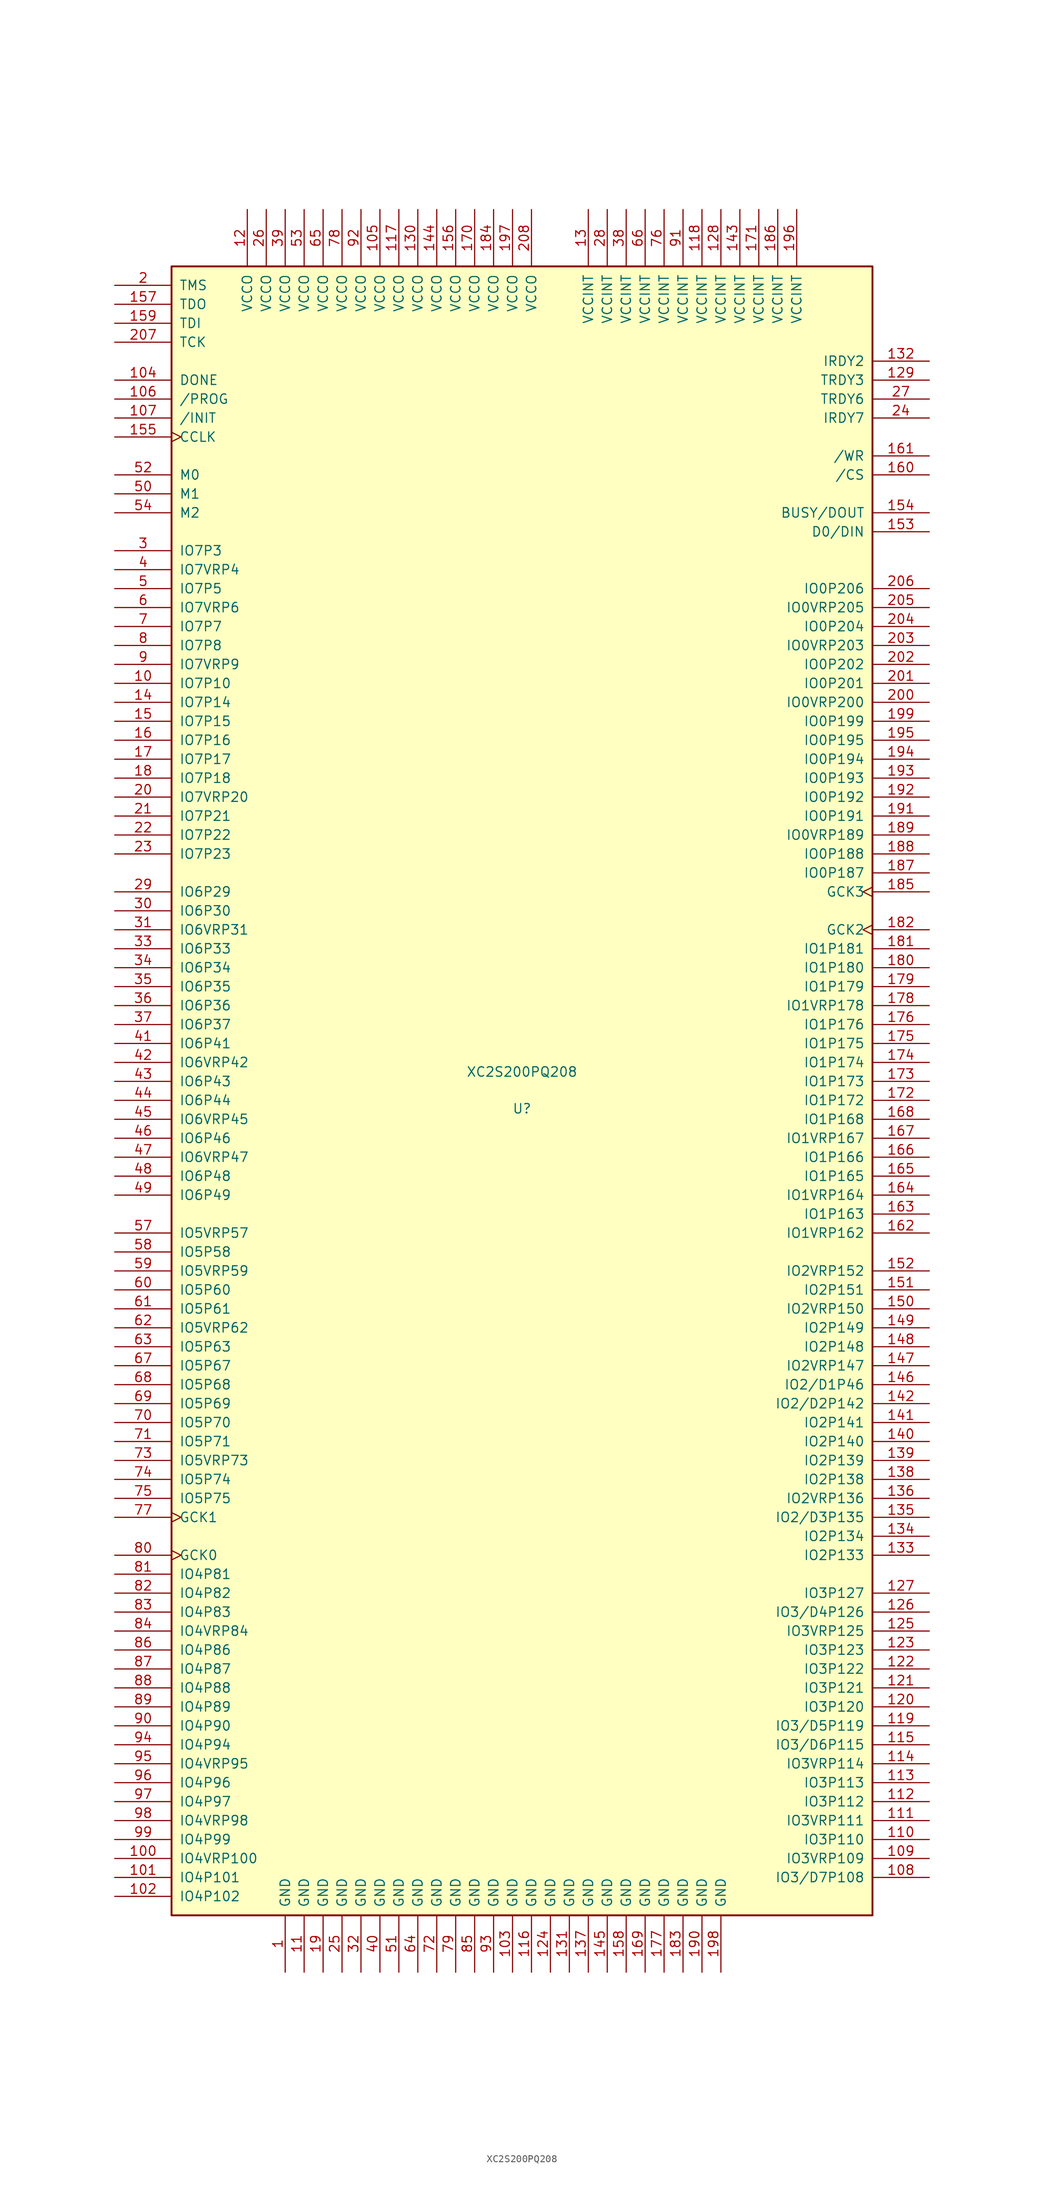
<source format=kicad_sym>
(kicad_symbol_lib
  (version 20201005)
  (generator kicad_symbol_editor)
  (symbol "XC2S200PQ208"
    (pin_names
      (offset 1.016))
    (property "Reference" "U"
      (at 0 -2.388 0)
      (effects (font (size 1.27 1.27))))
    (property "Value" "XC2S200PQ208"
      (at 0 2.54 0)
      (effects (font (size 1.27 1.27))))
    (symbol "XC2S200PQ208_0_1"
      (rectangle (start -46.99 110.49) (end 46.99 -110.49) (stroke (width 0.254)) (fill (type background))))
    (symbol "XC2S200PQ208_1_1"
      (pin passive line (at -31.75 -118.11 90) (length 7.62) (name "GND" (effects (font (size 1.27 1.27)))) (number "1" (effects (font (size 1.27 1.27)))))
      (pin bidirectional line (at -54.61 54.61 0) (length 7.62) (name "IO7P10" (effects (font (size 1.27 1.27)))) (number "10" (effects (font (size 1.27 1.27)))))
      (pin bidirectional line (at -54.61 -102.87 0) (length 7.62) (name "IO4VRP100" (effects (font (size 1.27 1.27)))) (number "100" (effects (font (size 1.27 1.27)))))
      (pin bidirectional line (at -54.61 -105.41 0) (length 7.62) (name "IO4P101" (effects (font (size 1.27 1.27)))) (number "101" (effects (font (size 1.27 1.27)))))
      (pin bidirectional line (at -54.61 -107.95 0) (length 7.62) (name "IO4P102" (effects (font (size 1.27 1.27)))) (number "102" (effects (font (size 1.27 1.27)))))
      (pin passive line (at -1.27 -118.11 90) (length 7.62) (name "GND" (effects (font (size 1.27 1.27)))) (number "103" (effects (font (size 1.27 1.27)))))
      (pin bidirectional line (at -54.61 95.25 0) (length 7.62) (name "DONE" (effects (font (size 1.27 1.27)))) (number "104" (effects (font (size 1.27 1.27)))))
      (pin passive line (at -19.05 118.11 270) (length 7.62) (name "VCCO" (effects (font (size 1.27 1.27)))) (number "105" (effects (font (size 1.27 1.27)))))
      (pin input line (at -54.61 92.71 0) (length 7.62) (name "/PROG" (effects (font (size 1.27 1.27)))) (number "106" (effects (font (size 1.27 1.27)))))
      (pin bidirectional line (at -54.61 90.17 0) (length 7.62) (name "/INIT" (effects (font (size 1.27 1.27)))) (number "107" (effects (font (size 1.27 1.27)))))
      (pin bidirectional line (at 54.61 -105.41 180) (length 7.62) (name "IO3/D7P108" (effects (font (size 1.27 1.27)))) (number "108" (effects (font (size 1.27 1.27)))))
      (pin bidirectional line (at 54.61 -102.87 180) (length 7.62) (name "IO3VRP109" (effects (font (size 1.27 1.27)))) (number "109" (effects (font (size 1.27 1.27)))))
      (pin passive line (at -29.21 -118.11 90) (length 7.62) (name "GND" (effects (font (size 1.27 1.27)))) (number "11" (effects (font (size 1.27 1.27)))))
      (pin bidirectional line (at 54.61 -100.33 180) (length 7.62) (name "IO3P110" (effects (font (size 1.27 1.27)))) (number "110" (effects (font (size 1.27 1.27)))))
      (pin bidirectional line (at 54.61 -97.79 180) (length 7.62) (name "IO3VRP111" (effects (font (size 1.27 1.27)))) (number "111" (effects (font (size 1.27 1.27)))))
      (pin bidirectional line (at 54.61 -95.25 180) (length 7.62) (name "IO3P112" (effects (font (size 1.27 1.27)))) (number "112" (effects (font (size 1.27 1.27)))))
      (pin bidirectional line (at 54.61 -92.71 180) (length 7.62) (name "IO3P113" (effects (font (size 1.27 1.27)))) (number "113" (effects (font (size 1.27 1.27)))))
      (pin bidirectional line (at 54.61 -90.17 180) (length 7.62) (name "IO3VRP114" (effects (font (size 1.27 1.27)))) (number "114" (effects (font (size 1.27 1.27)))))
      (pin bidirectional line (at 54.61 -87.63 180) (length 7.62) (name "IO3/D6P115" (effects (font (size 1.27 1.27)))) (number "115" (effects (font (size 1.27 1.27)))))
      (pin passive line (at 1.27 -118.11 90) (length 7.62) (name "GND" (effects (font (size 1.27 1.27)))) (number "116" (effects (font (size 1.27 1.27)))))
      (pin passive line (at -16.51 118.11 270) (length 7.62) (name "VCCO" (effects (font (size 1.27 1.27)))) (number "117" (effects (font (size 1.27 1.27)))))
      (pin passive line (at 24.13 118.11 270) (length 7.62) (name "VCCINT" (effects (font (size 1.27 1.27)))) (number "118" (effects (font (size 1.27 1.27)))))
      (pin bidirectional line (at 54.61 -85.09 180) (length 7.62) (name "IO3/D5P119" (effects (font (size 1.27 1.27)))) (number "119" (effects (font (size 1.27 1.27)))))
      (pin passive line (at -36.83 118.11 270) (length 7.62) (name "VCCO" (effects (font (size 1.27 1.27)))) (number "12" (effects (font (size 1.27 1.27)))))
      (pin bidirectional line (at 54.61 -82.55 180) (length 7.62) (name "IO3P120" (effects (font (size 1.27 1.27)))) (number "120" (effects (font (size 1.27 1.27)))))
      (pin bidirectional line (at 54.61 -80.01 180) (length 7.62) (name "IO3P121" (effects (font (size 1.27 1.27)))) (number "121" (effects (font (size 1.27 1.27)))))
      (pin bidirectional line (at 54.61 -77.47 180) (length 7.62) (name "IO3P122" (effects (font (size 1.27 1.27)))) (number "122" (effects (font (size 1.27 1.27)))))
      (pin bidirectional line (at 54.61 -74.93 180) (length 7.62) (name "IO3P123" (effects (font (size 1.27 1.27)))) (number "123" (effects (font (size 1.27 1.27)))))
      (pin passive line (at 3.81 -118.11 90) (length 7.62) (name "GND" (effects (font (size 1.27 1.27)))) (number "124" (effects (font (size 1.27 1.27)))))
      (pin bidirectional line (at 54.61 -72.39 180) (length 7.62) (name "IO3VRP125" (effects (font (size 1.27 1.27)))) (number "125" (effects (font (size 1.27 1.27)))))
      (pin bidirectional line (at 54.61 -69.85 180) (length 7.62) (name "IO3/D4P126" (effects (font (size 1.27 1.27)))) (number "126" (effects (font (size 1.27 1.27)))))
      (pin bidirectional line (at 54.61 -67.31 180) (length 7.62) (name "IO3P127" (effects (font (size 1.27 1.27)))) (number "127" (effects (font (size 1.27 1.27)))))
      (pin passive line (at 26.67 118.11 270) (length 7.62) (name "VCCINT" (effects (font (size 1.27 1.27)))) (number "128" (effects (font (size 1.27 1.27)))))
      (pin bidirectional line (at 54.61 95.25 180) (length 7.62) (name "TRDY3" (effects (font (size 1.27 1.27)))) (number "129" (effects (font (size 1.27 1.27)))))
      (pin passive line (at 8.89 118.11 270) (length 7.62) (name "VCCINT" (effects (font (size 1.27 1.27)))) (number "13" (effects (font (size 1.27 1.27)))))
      (pin passive line (at -13.97 118.11 270) (length 7.62) (name "VCCO" (effects (font (size 1.27 1.27)))) (number "130" (effects (font (size 1.27 1.27)))))
      (pin passive line (at 6.35 -118.11 90) (length 7.62) (name "GND" (effects (font (size 1.27 1.27)))) (number "131" (effects (font (size 1.27 1.27)))))
      (pin bidirectional line (at 54.61 97.79 180) (length 7.62) (name "IRDY2" (effects (font (size 1.27 1.27)))) (number "132" (effects (font (size 1.27 1.27)))))
      (pin bidirectional line (at 54.61 -62.23 180) (length 7.62) (name "IO2P133" (effects (font (size 1.27 1.27)))) (number "133" (effects (font (size 1.27 1.27)))))
      (pin bidirectional line (at 54.61 -59.69 180) (length 7.62) (name "IO2P134" (effects (font (size 1.27 1.27)))) (number "134" (effects (font (size 1.27 1.27)))))
      (pin bidirectional line (at 54.61 -57.15 180) (length 7.62) (name "IO2/D3P135" (effects (font (size 1.27 1.27)))) (number "135" (effects (font (size 1.27 1.27)))))
      (pin bidirectional line (at 54.61 -54.61 180) (length 7.62) (name "IO2VRP136" (effects (font (size 1.27 1.27)))) (number "136" (effects (font (size 1.27 1.27)))))
      (pin passive line (at 8.89 -118.11 90) (length 7.62) (name "GND" (effects (font (size 1.27 1.27)))) (number "137" (effects (font (size 1.27 1.27)))))
      (pin bidirectional line (at 54.61 -52.07 180) (length 7.62) (name "IO2P138" (effects (font (size 1.27 1.27)))) (number "138" (effects (font (size 1.27 1.27)))))
      (pin bidirectional line (at 54.61 -49.53 180) (length 7.62) (name "IO2P139" (effects (font (size 1.27 1.27)))) (number "139" (effects (font (size 1.27 1.27)))))
      (pin bidirectional line (at -54.61 52.07 0) (length 7.62) (name "IO7P14" (effects (font (size 1.27 1.27)))) (number "14" (effects (font (size 1.27 1.27)))))
      (pin bidirectional line (at 54.61 -46.99 180) (length 7.62) (name "IO2P140" (effects (font (size 1.27 1.27)))) (number "140" (effects (font (size 1.27 1.27)))))
      (pin bidirectional line (at 54.61 -44.45 180) (length 7.62) (name "IO2P141" (effects (font (size 1.27 1.27)))) (number "141" (effects (font (size 1.27 1.27)))))
      (pin bidirectional line (at 54.61 -41.91 180) (length 7.62) (name "IO2/D2P142" (effects (font (size 1.27 1.27)))) (number "142" (effects (font (size 1.27 1.27)))))
      (pin passive line (at 29.21 118.11 270) (length 7.62) (name "VCCINT" (effects (font (size 1.27 1.27)))) (number "143" (effects (font (size 1.27 1.27)))))
      (pin passive line (at -11.43 118.11 270) (length 7.62) (name "VCCO" (effects (font (size 1.27 1.27)))) (number "144" (effects (font (size 1.27 1.27)))))
      (pin passive line (at 11.43 -118.11 90) (length 7.62) (name "GND" (effects (font (size 1.27 1.27)))) (number "145" (effects (font (size 1.27 1.27)))))
      (pin bidirectional line (at 54.61 -39.37 180) (length 7.62) (name "IO2/D1P46" (effects (font (size 1.27 1.27)))) (number "146" (effects (font (size 1.27 1.27)))))
      (pin bidirectional line (at 54.61 -36.83 180) (length 7.62) (name "IO2VRP147" (effects (font (size 1.27 1.27)))) (number "147" (effects (font (size 1.27 1.27)))))
      (pin bidirectional line (at 54.61 -34.29 180) (length 7.62) (name "IO2P148" (effects (font (size 1.27 1.27)))) (number "148" (effects (font (size 1.27 1.27)))))
      (pin bidirectional line (at 54.61 -31.75 180) (length 7.62) (name "IO2P149" (effects (font (size 1.27 1.27)))) (number "149" (effects (font (size 1.27 1.27)))))
      (pin bidirectional line (at -54.61 49.53 0) (length 7.62) (name "IO7P15" (effects (font (size 1.27 1.27)))) (number "15" (effects (font (size 1.27 1.27)))))
      (pin bidirectional line (at 54.61 -29.21 180) (length 7.62) (name "IO2VRP150" (effects (font (size 1.27 1.27)))) (number "150" (effects (font (size 1.27 1.27)))))
      (pin bidirectional line (at 54.61 -26.67 180) (length 7.62) (name "IO2P151" (effects (font (size 1.27 1.27)))) (number "151" (effects (font (size 1.27 1.27)))))
      (pin bidirectional line (at 54.61 -24.13 180) (length 7.62) (name "IO2VRP152" (effects (font (size 1.27 1.27)))) (number "152" (effects (font (size 1.27 1.27)))))
      (pin bidirectional line (at 54.61 74.93 180) (length 7.62) (name "D0/DIN" (effects (font (size 1.27 1.27)))) (number "153" (effects (font (size 1.27 1.27)))))
      (pin bidirectional line (at 54.61 77.47 180) (length 7.62) (name "BUSY/DOUT" (effects (font (size 1.27 1.27)))) (number "154" (effects (font (size 1.27 1.27)))))
      (pin bidirectional clock (at -54.61 87.63 0) (length 7.62) (name "CCLK" (effects (font (size 1.27 1.27)))) (number "155" (effects (font (size 1.27 1.27)))))
      (pin passive line (at -8.89 118.11 270) (length 7.62) (name "VCCO" (effects (font (size 1.27 1.27)))) (number "156" (effects (font (size 1.27 1.27)))))
      (pin bidirectional line (at -54.61 105.41 0) (length 7.62) (name "TDO" (effects (font (size 1.27 1.27)))) (number "157" (effects (font (size 1.27 1.27)))))
      (pin passive line (at 13.97 -118.11 90) (length 7.62) (name "GND" (effects (font (size 1.27 1.27)))) (number "158" (effects (font (size 1.27 1.27)))))
      (pin bidirectional line (at -54.61 102.87 0) (length 7.62) (name "TDI" (effects (font (size 1.27 1.27)))) (number "159" (effects (font (size 1.27 1.27)))))
      (pin bidirectional line (at -54.61 46.99 0) (length 7.62) (name "IO7P16" (effects (font (size 1.27 1.27)))) (number "16" (effects (font (size 1.27 1.27)))))
      (pin bidirectional line (at 54.61 82.55 180) (length 7.62) (name "/CS" (effects (font (size 1.27 1.27)))) (number "160" (effects (font (size 1.27 1.27)))))
      (pin bidirectional line (at 54.61 85.09 180) (length 7.62) (name "/WR" (effects (font (size 1.27 1.27)))) (number "161" (effects (font (size 1.27 1.27)))))
      (pin bidirectional line (at 54.61 -19.05 180) (length 7.62) (name "IO1VRP162" (effects (font (size 1.27 1.27)))) (number "162" (effects (font (size 1.27 1.27)))))
      (pin bidirectional line (at 54.61 -16.51 180) (length 7.62) (name "IO1P163" (effects (font (size 1.27 1.27)))) (number "163" (effects (font (size 1.27 1.27)))))
      (pin bidirectional line (at 54.61 -13.97 180) (length 7.62) (name "IO1VRP164" (effects (font (size 1.27 1.27)))) (number "164" (effects (font (size 1.27 1.27)))))
      (pin bidirectional line (at 54.61 -11.43 180) (length 7.62) (name "IO1P165" (effects (font (size 1.27 1.27)))) (number "165" (effects (font (size 1.27 1.27)))))
      (pin bidirectional line (at 54.61 -8.89 180) (length 7.62) (name "IO1P166" (effects (font (size 1.27 1.27)))) (number "166" (effects (font (size 1.27 1.27)))))
      (pin bidirectional line (at 54.61 -6.35 180) (length 7.62) (name "IO1VRP167" (effects (font (size 1.27 1.27)))) (number "167" (effects (font (size 1.27 1.27)))))
      (pin bidirectional line (at 54.61 -3.81 180) (length 7.62) (name "IO1P168" (effects (font (size 1.27 1.27)))) (number "168" (effects (font (size 1.27 1.27)))))
      (pin passive line (at 16.51 -118.11 90) (length 7.62) (name "GND" (effects (font (size 1.27 1.27)))) (number "169" (effects (font (size 1.27 1.27)))))
      (pin bidirectional line (at -54.61 44.45 0) (length 7.62) (name "IO7P17" (effects (font (size 1.27 1.27)))) (number "17" (effects (font (size 1.27 1.27)))))
      (pin passive line (at -6.35 118.11 270) (length 7.62) (name "VCCO" (effects (font (size 1.27 1.27)))) (number "170" (effects (font (size 1.27 1.27)))))
      (pin passive line (at 31.75 118.11 270) (length 7.62) (name "VCCINT" (effects (font (size 1.27 1.27)))) (number "171" (effects (font (size 1.27 1.27)))))
      (pin bidirectional line (at 54.61 -1.27 180) (length 7.62) (name "IO1P172" (effects (font (size 1.27 1.27)))) (number "172" (effects (font (size 1.27 1.27)))))
      (pin bidirectional line (at 54.61 1.27 180) (length 7.62) (name "IO1P173" (effects (font (size 1.27 1.27)))) (number "173" (effects (font (size 1.27 1.27)))))
      (pin bidirectional line (at 54.61 3.81 180) (length 7.62) (name "IO1P174" (effects (font (size 1.27 1.27)))) (number "174" (effects (font (size 1.27 1.27)))))
      (pin bidirectional line (at 54.61 6.35 180) (length 7.62) (name "IO1P175" (effects (font (size 1.27 1.27)))) (number "175" (effects (font (size 1.27 1.27)))))
      (pin bidirectional line (at 54.61 8.89 180) (length 7.62) (name "IO1P176" (effects (font (size 1.27 1.27)))) (number "176" (effects (font (size 1.27 1.27)))))
      (pin passive line (at 19.05 -118.11 90) (length 7.62) (name "GND" (effects (font (size 1.27 1.27)))) (number "177" (effects (font (size 1.27 1.27)))))
      (pin bidirectional line (at 54.61 11.43 180) (length 7.62) (name "IO1VRP178" (effects (font (size 1.27 1.27)))) (number "178" (effects (font (size 1.27 1.27)))))
      (pin bidirectional line (at 54.61 13.97 180) (length 7.62) (name "IO1P179" (effects (font (size 1.27 1.27)))) (number "179" (effects (font (size 1.27 1.27)))))
      (pin bidirectional line (at -54.61 41.91 0) (length 7.62) (name "IO7P18" (effects (font (size 1.27 1.27)))) (number "18" (effects (font (size 1.27 1.27)))))
      (pin bidirectional line (at 54.61 16.51 180) (length 7.62) (name "IO1P180" (effects (font (size 1.27 1.27)))) (number "180" (effects (font (size 1.27 1.27)))))
      (pin bidirectional line (at 54.61 19.05 180) (length 7.62) (name "IO1P181" (effects (font (size 1.27 1.27)))) (number "181" (effects (font (size 1.27 1.27)))))
      (pin input clock (at 54.61 21.59 180) (length 7.62) (name "GCK2" (effects (font (size 1.27 1.27)))) (number "182" (effects (font (size 1.27 1.27)))))
      (pin passive line (at 21.59 -118.11 90) (length 7.62) (name "GND" (effects (font (size 1.27 1.27)))) (number "183" (effects (font (size 1.27 1.27)))))
      (pin passive line (at -3.81 118.11 270) (length 7.62) (name "VCCO" (effects (font (size 1.27 1.27)))) (number "184" (effects (font (size 1.27 1.27)))))
      (pin input clock (at 54.61 26.67 180) (length 7.62) (name "GCK3" (effects (font (size 1.27 1.27)))) (number "185" (effects (font (size 1.27 1.27)))))
      (pin passive line (at 34.29 118.11 270) (length 7.62) (name "VCCINT" (effects (font (size 1.27 1.27)))) (number "186" (effects (font (size 1.27 1.27)))))
      (pin bidirectional line (at 54.61 29.21 180) (length 7.62) (name "IO0P187" (effects (font (size 1.27 1.27)))) (number "187" (effects (font (size 1.27 1.27)))))
      (pin bidirectional line (at 54.61 31.75 180) (length 7.62) (name "IO0P188" (effects (font (size 1.27 1.27)))) (number "188" (effects (font (size 1.27 1.27)))))
      (pin bidirectional line (at 54.61 34.29 180) (length 7.62) (name "IO0VRP189" (effects (font (size 1.27 1.27)))) (number "189" (effects (font (size 1.27 1.27)))))
      (pin passive line (at -26.67 -118.11 90) (length 7.62) (name "GND" (effects (font (size 1.27 1.27)))) (number "19" (effects (font (size 1.27 1.27)))))
      (pin passive line (at 24.13 -118.11 90) (length 7.62) (name "GND" (effects (font (size 1.27 1.27)))) (number "190" (effects (font (size 1.27 1.27)))))
      (pin bidirectional line (at 54.61 36.83 180) (length 7.62) (name "IO0P191" (effects (font (size 1.27 1.27)))) (number "191" (effects (font (size 1.27 1.27)))))
      (pin bidirectional line (at 54.61 39.37 180) (length 7.62) (name "IO0P192" (effects (font (size 1.27 1.27)))) (number "192" (effects (font (size 1.27 1.27)))))
      (pin bidirectional line (at 54.61 41.91 180) (length 7.62) (name "IO0P193" (effects (font (size 1.27 1.27)))) (number "193" (effects (font (size 1.27 1.27)))))
      (pin bidirectional line (at 54.61 44.45 180) (length 7.62) (name "IO0P194" (effects (font (size 1.27 1.27)))) (number "194" (effects (font (size 1.27 1.27)))))
      (pin bidirectional line (at 54.61 46.99 180) (length 7.62) (name "IO0P195" (effects (font (size 1.27 1.27)))) (number "195" (effects (font (size 1.27 1.27)))))
      (pin passive line (at 36.83 118.11 270) (length 7.62) (name "VCCINT" (effects (font (size 1.27 1.27)))) (number "196" (effects (font (size 1.27 1.27)))))
      (pin passive line (at -1.27 118.11 270) (length 7.62) (name "VCCO" (effects (font (size 1.27 1.27)))) (number "197" (effects (font (size 1.27 1.27)))))
      (pin passive line (at 26.67 -118.11 90) (length 7.62) (name "GND" (effects (font (size 1.27 1.27)))) (number "198" (effects (font (size 1.27 1.27)))))
      (pin bidirectional line (at 54.61 49.53 180) (length 7.62) (name "IO0P199" (effects (font (size 1.27 1.27)))) (number "199" (effects (font (size 1.27 1.27)))))
      (pin bidirectional line (at -54.61 107.95 0) (length 7.62) (name "TMS" (effects (font (size 1.27 1.27)))) (number "2" (effects (font (size 1.27 1.27)))))
      (pin bidirectional line (at -54.61 39.37 0) (length 7.62) (name "IO7VRP20" (effects (font (size 1.27 1.27)))) (number "20" (effects (font (size 1.27 1.27)))))
      (pin bidirectional line (at 54.61 52.07 180) (length 7.62) (name "IO0VRP200" (effects (font (size 1.27 1.27)))) (number "200" (effects (font (size 1.27 1.27)))))
      (pin bidirectional line (at 54.61 54.61 180) (length 7.62) (name "IO0P201" (effects (font (size 1.27 1.27)))) (number "201" (effects (font (size 1.27 1.27)))))
      (pin bidirectional line (at 54.61 57.15 180) (length 7.62) (name "IO0P202" (effects (font (size 1.27 1.27)))) (number "202" (effects (font (size 1.27 1.27)))))
      (pin bidirectional line (at 54.61 59.69 180) (length 7.62) (name "IO0VRP203" (effects (font (size 1.27 1.27)))) (number "203" (effects (font (size 1.27 1.27)))))
      (pin bidirectional line (at 54.61 62.23 180) (length 7.62) (name "IO0P204" (effects (font (size 1.27 1.27)))) (number "204" (effects (font (size 1.27 1.27)))))
      (pin bidirectional line (at 54.61 64.77 180) (length 7.62) (name "IO0VRP205" (effects (font (size 1.27 1.27)))) (number "205" (effects (font (size 1.27 1.27)))))
      (pin bidirectional line (at 54.61 67.31 180) (length 7.62) (name "IO0P206" (effects (font (size 1.27 1.27)))) (number "206" (effects (font (size 1.27 1.27)))))
      (pin bidirectional line (at -54.61 100.33 0) (length 7.62) (name "TCK" (effects (font (size 1.27 1.27)))) (number "207" (effects (font (size 1.27 1.27)))))
      (pin passive line (at 1.27 118.11 270) (length 7.62) (name "VCCO" (effects (font (size 1.27 1.27)))) (number "208" (effects (font (size 1.27 1.27)))))
      (pin bidirectional line (at -54.61 36.83 0) (length 7.62) (name "IO7P21" (effects (font (size 1.27 1.27)))) (number "21" (effects (font (size 1.27 1.27)))))
      (pin bidirectional line (at -54.61 34.29 0) (length 7.62) (name "IO7P22" (effects (font (size 1.27 1.27)))) (number "22" (effects (font (size 1.27 1.27)))))
      (pin bidirectional line (at -54.61 31.75 0) (length 7.62) (name "IO7P23" (effects (font (size 1.27 1.27)))) (number "23" (effects (font (size 1.27 1.27)))))
      (pin bidirectional line (at 54.61 90.17 180) (length 7.62) (name "IRDY7" (effects (font (size 1.27 1.27)))) (number "24" (effects (font (size 1.27 1.27)))))
      (pin passive line (at -24.13 -118.11 90) (length 7.62) (name "GND" (effects (font (size 1.27 1.27)))) (number "25" (effects (font (size 1.27 1.27)))))
      (pin passive line (at -34.29 118.11 270) (length 7.62) (name "VCCO" (effects (font (size 1.27 1.27)))) (number "26" (effects (font (size 1.27 1.27)))))
      (pin bidirectional line (at 54.61 92.71 180) (length 7.62) (name "TRDY6" (effects (font (size 1.27 1.27)))) (number "27" (effects (font (size 1.27 1.27)))))
      (pin passive line (at 11.43 118.11 270) (length 7.62) (name "VCCINT" (effects (font (size 1.27 1.27)))) (number "28" (effects (font (size 1.27 1.27)))))
      (pin bidirectional line (at -54.61 26.67 0) (length 7.62) (name "IO6P29" (effects (font (size 1.27 1.27)))) (number "29" (effects (font (size 1.27 1.27)))))
      (pin bidirectional line (at -54.61 72.39 0) (length 7.62) (name "IO7P3" (effects (font (size 1.27 1.27)))) (number "3" (effects (font (size 1.27 1.27)))))
      (pin bidirectional line (at -54.61 24.13 0) (length 7.62) (name "IO6P30" (effects (font (size 1.27 1.27)))) (number "30" (effects (font (size 1.27 1.27)))))
      (pin bidirectional line (at -54.61 21.59 0) (length 7.62) (name "IO6VRP31" (effects (font (size 1.27 1.27)))) (number "31" (effects (font (size 1.27 1.27)))))
      (pin passive line (at -21.59 -118.11 90) (length 7.62) (name "GND" (effects (font (size 1.27 1.27)))) (number "32" (effects (font (size 1.27 1.27)))))
      (pin bidirectional line (at -54.61 19.05 0) (length 7.62) (name "IO6P33" (effects (font (size 1.27 1.27)))) (number "33" (effects (font (size 1.27 1.27)))))
      (pin bidirectional line (at -54.61 16.51 0) (length 7.62) (name "IO6P34" (effects (font (size 1.27 1.27)))) (number "34" (effects (font (size 1.27 1.27)))))
      (pin bidirectional line (at -54.61 13.97 0) (length 7.62) (name "IO6P35" (effects (font (size 1.27 1.27)))) (number "35" (effects (font (size 1.27 1.27)))))
      (pin bidirectional line (at -54.61 11.43 0) (length 7.62) (name "IO6P36" (effects (font (size 1.27 1.27)))) (number "36" (effects (font (size 1.27 1.27)))))
      (pin bidirectional line (at -54.61 8.89 0) (length 7.62) (name "IO6P37" (effects (font (size 1.27 1.27)))) (number "37" (effects (font (size 1.27 1.27)))))
      (pin passive line (at 13.97 118.11 270) (length 7.62) (name "VCCINT" (effects (font (size 1.27 1.27)))) (number "38" (effects (font (size 1.27 1.27)))))
      (pin passive line (at -31.75 118.11 270) (length 7.62) (name "VCCO" (effects (font (size 1.27 1.27)))) (number "39" (effects (font (size 1.27 1.27)))))
      (pin bidirectional line (at -54.61 69.85 0) (length 7.62) (name "IO7VRP4" (effects (font (size 1.27 1.27)))) (number "4" (effects (font (size 1.27 1.27)))))
      (pin passive line (at -19.05 -118.11 90) (length 7.62) (name "GND" (effects (font (size 1.27 1.27)))) (number "40" (effects (font (size 1.27 1.27)))))
      (pin bidirectional line (at -54.61 6.35 0) (length 7.62) (name "IO6P41" (effects (font (size 1.27 1.27)))) (number "41" (effects (font (size 1.27 1.27)))))
      (pin bidirectional line (at -54.61 3.81 0) (length 7.62) (name "IO6VRP42" (effects (font (size 1.27 1.27)))) (number "42" (effects (font (size 1.27 1.27)))))
      (pin bidirectional line (at -54.61 1.27 0) (length 7.62) (name "IO6P43" (effects (font (size 1.27 1.27)))) (number "43" (effects (font (size 1.27 1.27)))))
      (pin bidirectional line (at -54.61 -1.27 0) (length 7.62) (name "IO6P44" (effects (font (size 1.27 1.27)))) (number "44" (effects (font (size 1.27 1.27)))))
      (pin bidirectional line (at -54.61 -3.81 0) (length 7.62) (name "IO6VRP45" (effects (font (size 1.27 1.27)))) (number "45" (effects (font (size 1.27 1.27)))))
      (pin bidirectional line (at -54.61 -6.35 0) (length 7.62) (name "IO6P46" (effects (font (size 1.27 1.27)))) (number "46" (effects (font (size 1.27 1.27)))))
      (pin bidirectional line (at -54.61 -8.89 0) (length 7.62) (name "IO6VRP47" (effects (font (size 1.27 1.27)))) (number "47" (effects (font (size 1.27 1.27)))))
      (pin bidirectional line (at -54.61 -11.43 0) (length 7.62) (name "IO6P48" (effects (font (size 1.27 1.27)))) (number "48" (effects (font (size 1.27 1.27)))))
      (pin bidirectional line (at -54.61 -13.97 0) (length 7.62) (name "IO6P49" (effects (font (size 1.27 1.27)))) (number "49" (effects (font (size 1.27 1.27)))))
      (pin bidirectional line (at -54.61 67.31 0) (length 7.62) (name "IO7P5" (effects (font (size 1.27 1.27)))) (number "5" (effects (font (size 1.27 1.27)))))
      (pin input line (at -54.61 80.01 0) (length 7.62) (name "M1" (effects (font (size 1.27 1.27)))) (number "50" (effects (font (size 1.27 1.27)))))
      (pin passive line (at -16.51 -118.11 90) (length 7.62) (name "GND" (effects (font (size 1.27 1.27)))) (number "51" (effects (font (size 1.27 1.27)))))
      (pin input line (at -54.61 82.55 0) (length 7.62) (name "M0" (effects (font (size 1.27 1.27)))) (number "52" (effects (font (size 1.27 1.27)))))
      (pin passive line (at -29.21 118.11 270) (length 7.62) (name "VCCO" (effects (font (size 1.27 1.27)))) (number "53" (effects (font (size 1.27 1.27)))))
      (pin input line (at -54.61 77.47 0) (length 7.62) (name "M2" (effects (font (size 1.27 1.27)))) (number "54" (effects (font (size 1.27 1.27)))))
      (pin bidirectional line (at -54.61 -19.05 0) (length 7.62) (name "IO5VRP57" (effects (font (size 1.27 1.27)))) (number "57" (effects (font (size 1.27 1.27)))))
      (pin bidirectional line (at -54.61 -21.59 0) (length 7.62) (name "IO5P58" (effects (font (size 1.27 1.27)))) (number "58" (effects (font (size 1.27 1.27)))))
      (pin bidirectional line (at -54.61 -24.13 0) (length 7.62) (name "IO5VRP59" (effects (font (size 1.27 1.27)))) (number "59" (effects (font (size 1.27 1.27)))))
      (pin bidirectional line (at -54.61 64.77 0) (length 7.62) (name "IO7VRP6" (effects (font (size 1.27 1.27)))) (number "6" (effects (font (size 1.27 1.27)))))
      (pin bidirectional line (at -54.61 -26.67 0) (length 7.62) (name "IO5P60" (effects (font (size 1.27 1.27)))) (number "60" (effects (font (size 1.27 1.27)))))
      (pin bidirectional line (at -54.61 -29.21 0) (length 7.62) (name "IO5P61" (effects (font (size 1.27 1.27)))) (number "61" (effects (font (size 1.27 1.27)))))
      (pin bidirectional line (at -54.61 -31.75 0) (length 7.62) (name "IO5VRP62" (effects (font (size 1.27 1.27)))) (number "62" (effects (font (size 1.27 1.27)))))
      (pin bidirectional line (at -54.61 -34.29 0) (length 7.62) (name "IO5P63" (effects (font (size 1.27 1.27)))) (number "63" (effects (font (size 1.27 1.27)))))
      (pin passive line (at -13.97 -118.11 90) (length 7.62) (name "GND" (effects (font (size 1.27 1.27)))) (number "64" (effects (font (size 1.27 1.27)))))
      (pin passive line (at -26.67 118.11 270) (length 7.62) (name "VCCO" (effects (font (size 1.27 1.27)))) (number "65" (effects (font (size 1.27 1.27)))))
      (pin passive line (at 16.51 118.11 270) (length 7.62) (name "VCCINT" (effects (font (size 1.27 1.27)))) (number "66" (effects (font (size 1.27 1.27)))))
      (pin bidirectional line (at -54.61 -36.83 0) (length 7.62) (name "IO5P67" (effects (font (size 1.27 1.27)))) (number "67" (effects (font (size 1.27 1.27)))))
      (pin bidirectional line (at -54.61 -39.37 0) (length 7.62) (name "IO5P68" (effects (font (size 1.27 1.27)))) (number "68" (effects (font (size 1.27 1.27)))))
      (pin bidirectional line (at -54.61 -41.91 0) (length 7.62) (name "IO5P69" (effects (font (size 1.27 1.27)))) (number "69" (effects (font (size 1.27 1.27)))))
      (pin bidirectional line (at -54.61 62.23 0) (length 7.62) (name "IO7P7" (effects (font (size 1.27 1.27)))) (number "7" (effects (font (size 1.27 1.27)))))
      (pin bidirectional line (at -54.61 -44.45 0) (length 7.62) (name "IO5P70" (effects (font (size 1.27 1.27)))) (number "70" (effects (font (size 1.27 1.27)))))
      (pin bidirectional line (at -54.61 -46.99 0) (length 7.62) (name "IO5P71" (effects (font (size 1.27 1.27)))) (number "71" (effects (font (size 1.27 1.27)))))
      (pin passive line (at -11.43 -118.11 90) (length 7.62) (name "GND" (effects (font (size 1.27 1.27)))) (number "72" (effects (font (size 1.27 1.27)))))
      (pin bidirectional line (at -54.61 -49.53 0) (length 7.62) (name "IO5VRP73" (effects (font (size 1.27 1.27)))) (number "73" (effects (font (size 1.27 1.27)))))
      (pin bidirectional line (at -54.61 -52.07 0) (length 7.62) (name "IO5P74" (effects (font (size 1.27 1.27)))) (number "74" (effects (font (size 1.27 1.27)))))
      (pin bidirectional line (at -54.61 -54.61 0) (length 7.62) (name "IO5P75" (effects (font (size 1.27 1.27)))) (number "75" (effects (font (size 1.27 1.27)))))
      (pin passive line (at 19.05 118.11 270) (length 7.62) (name "VCCINT" (effects (font (size 1.27 1.27)))) (number "76" (effects (font (size 1.27 1.27)))))
      (pin input clock (at -54.61 -57.15 0) (length 7.62) (name "GCK1" (effects (font (size 1.27 1.27)))) (number "77" (effects (font (size 1.27 1.27)))))
      (pin passive line (at -24.13 118.11 270) (length 7.62) (name "VCCO" (effects (font (size 1.27 1.27)))) (number "78" (effects (font (size 1.27 1.27)))))
      (pin passive line (at -8.89 -118.11 90) (length 7.62) (name "GND" (effects (font (size 1.27 1.27)))) (number "79" (effects (font (size 1.27 1.27)))))
      (pin bidirectional line (at -54.61 59.69 0) (length 7.62) (name "IO7P8" (effects (font (size 1.27 1.27)))) (number "8" (effects (font (size 1.27 1.27)))))
      (pin input clock (at -54.61 -62.23 0) (length 7.62) (name "GCK0" (effects (font (size 1.27 1.27)))) (number "80" (effects (font (size 1.27 1.27)))))
      (pin bidirectional line (at -54.61 -64.77 0) (length 7.62) (name "IO4P81" (effects (font (size 1.27 1.27)))) (number "81" (effects (font (size 1.27 1.27)))))
      (pin bidirectional line (at -54.61 -67.31 0) (length 7.62) (name "IO4P82" (effects (font (size 1.27 1.27)))) (number "82" (effects (font (size 1.27 1.27)))))
      (pin bidirectional line (at -54.61 -69.85 0) (length 7.62) (name "IO4P83" (effects (font (size 1.27 1.27)))) (number "83" (effects (font (size 1.27 1.27)))))
      (pin bidirectional line (at -54.61 -72.39 0) (length 7.62) (name "IO4VRP84" (effects (font (size 1.27 1.27)))) (number "84" (effects (font (size 1.27 1.27)))))
      (pin passive line (at -6.35 -118.11 90) (length 7.62) (name "GND" (effects (font (size 1.27 1.27)))) (number "85" (effects (font (size 1.27 1.27)))))
      (pin bidirectional line (at -54.61 -74.93 0) (length 7.62) (name "IO4P86" (effects (font (size 1.27 1.27)))) (number "86" (effects (font (size 1.27 1.27)))))
      (pin bidirectional line (at -54.61 -77.47 0) (length 7.62) (name "IO4P87" (effects (font (size 1.27 1.27)))) (number "87" (effects (font (size 1.27 1.27)))))
      (pin bidirectional line (at -54.61 -80.01 0) (length 7.62) (name "IO4P88" (effects (font (size 1.27 1.27)))) (number "88" (effects (font (size 1.27 1.27)))))
      (pin bidirectional line (at -54.61 -82.55 0) (length 7.62) (name "IO4P89" (effects (font (size 1.27 1.27)))) (number "89" (effects (font (size 1.27 1.27)))))
      (pin bidirectional line (at -54.61 57.15 0) (length 7.62) (name "IO7VRP9" (effects (font (size 1.27 1.27)))) (number "9" (effects (font (size 1.27 1.27)))))
      (pin bidirectional line (at -54.61 -85.09 0) (length 7.62) (name "IO4P90" (effects (font (size 1.27 1.27)))) (number "90" (effects (font (size 1.27 1.27)))))
      (pin passive line (at 21.59 118.11 270) (length 7.62) (name "VCCINT" (effects (font (size 1.27 1.27)))) (number "91" (effects (font (size 1.27 1.27)))))
      (pin passive line (at -21.59 118.11 270) (length 7.62) (name "VCCO" (effects (font (size 1.27 1.27)))) (number "92" (effects (font (size 1.27 1.27)))))
      (pin passive line (at -3.81 -118.11 90) (length 7.62) (name "GND" (effects (font (size 1.27 1.27)))) (number "93" (effects (font (size 1.27 1.27)))))
      (pin bidirectional line (at -54.61 -87.63 0) (length 7.62) (name "IO4P94" (effects (font (size 1.27 1.27)))) (number "94" (effects (font (size 1.27 1.27)))))
      (pin bidirectional line (at -54.61 -90.17 0) (length 7.62) (name "IO4VRP95" (effects (font (size 1.27 1.27)))) (number "95" (effects (font (size 1.27 1.27)))))
      (pin bidirectional line (at -54.61 -92.71 0) (length 7.62) (name "IO4P96" (effects (font (size 1.27 1.27)))) (number "96" (effects (font (size 1.27 1.27)))))
      (pin bidirectional line (at -54.61 -95.25 0) (length 7.62) (name "IO4P97" (effects (font (size 1.27 1.27)))) (number "97" (effects (font (size 1.27 1.27)))))
      (pin bidirectional line (at -54.61 -97.79 0) (length 7.62) (name "IO4VRP98" (effects (font (size 1.27 1.27)))) (number "98" (effects (font (size 1.27 1.27)))))
      (pin bidirectional line (at -54.61 -100.33 0) (length 7.62) (name "IO4P99" (effects (font (size 1.27 1.27)))) (number "99" (effects (font (size 1.27 1.27))))))))
</source>
